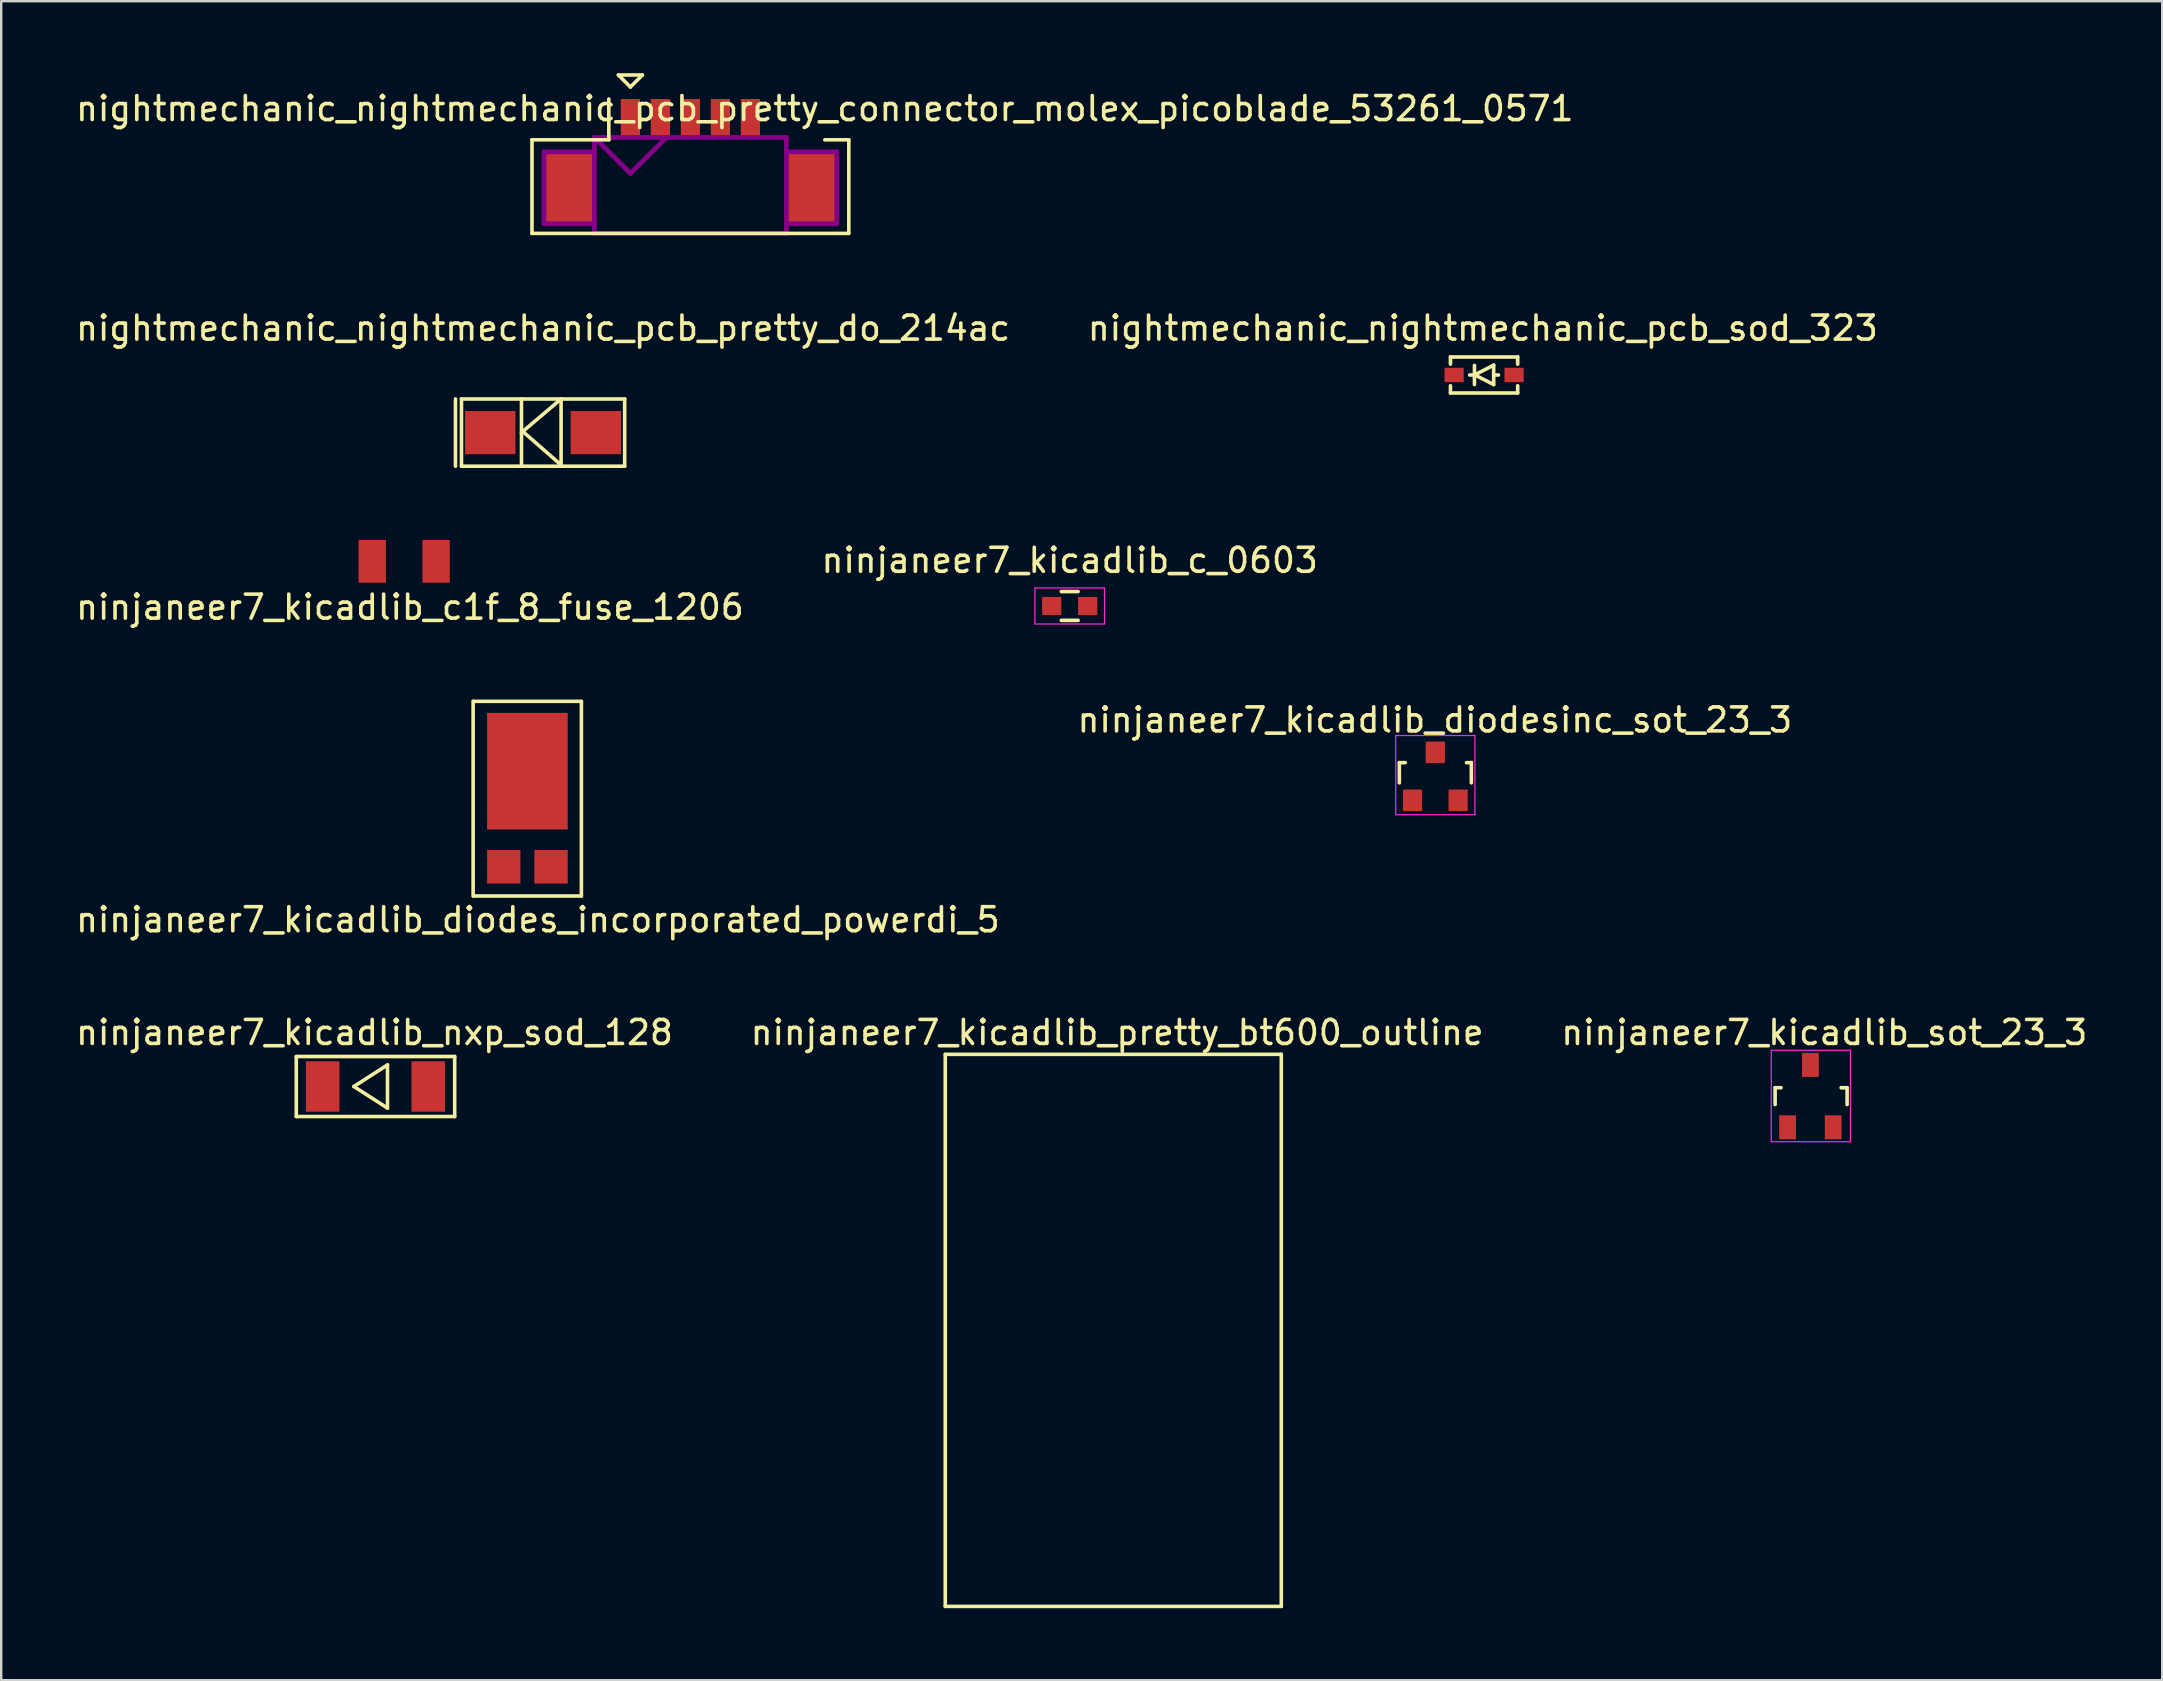
<source format=kicad_pcb>
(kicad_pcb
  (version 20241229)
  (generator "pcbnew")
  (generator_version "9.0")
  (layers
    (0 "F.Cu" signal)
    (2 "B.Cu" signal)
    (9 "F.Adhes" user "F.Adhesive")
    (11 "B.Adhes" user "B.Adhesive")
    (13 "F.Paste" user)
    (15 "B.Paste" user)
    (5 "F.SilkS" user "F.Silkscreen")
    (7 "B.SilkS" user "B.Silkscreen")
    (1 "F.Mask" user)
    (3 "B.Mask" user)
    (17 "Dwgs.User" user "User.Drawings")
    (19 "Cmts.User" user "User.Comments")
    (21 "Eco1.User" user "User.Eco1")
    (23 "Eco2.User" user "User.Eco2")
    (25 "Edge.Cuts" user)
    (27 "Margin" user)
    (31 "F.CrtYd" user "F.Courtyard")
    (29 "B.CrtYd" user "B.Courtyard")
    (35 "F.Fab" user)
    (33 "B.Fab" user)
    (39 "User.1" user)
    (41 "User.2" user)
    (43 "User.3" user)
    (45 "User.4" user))
  (footprint "nightmechanic_nightmechanic_pcb_sod_323"
    (layer "F.Cu")
    (at 58.782 12.573)
    (property "Reference" "nightmechanic_nightmechanic_pcb_sod_323" (at -0.05 -1.95 0) (layer "F.SilkS") (effects (font (size 1 1) (thickness 0.15))))
    (attr smd)
    (fp_line (start -1.4 -0.75) (end 1.4 -0.75) (stroke (width 0.15) (type solid)) (layer "F.SilkS"))
    (fp_line (start -1.4 -0.45) (end -1.4 -0.75) (stroke (width 0.15) (type solid)) (layer "F.SilkS"))
    (fp_line (start -1.4 0.75) (end -1.4 0.45) (stroke (width 0.15) (type solid)) (layer "F.SilkS"))
    (fp_line (start -0.4 -0.4) (end -0.4 0.4) (stroke (width 0.15) (type solid)) (layer "F.SilkS"))
    (fp_line (start -0.4 0) (end -0.6 0) (stroke (width 0.15) (type solid)) (layer "F.SilkS"))
    (fp_line (start -0.4 0) (end 0.4 -0.41) (stroke (width 0.15) (type solid)) (layer "F.SilkS"))
    (fp_line (start 0.4 -0.41) (end 0.4 0.4) (stroke (width 0.15) (type solid)) (layer "F.SilkS"))
    (fp_line (start 0.4 0) (end 0.6 0) (stroke (width 0.15) (type solid)) (layer "F.SilkS"))
    (fp_line (start 0.4 0.4) (end -0.4 -0.01) (stroke (width 0.15) (type solid)) (layer "F.SilkS"))
    (fp_line (start 1.4 -0.75) (end 1.4 -0.45) (stroke (width 0.15) (type solid)) (layer "F.SilkS"))
    (fp_line (start 1.4 0.45) (end 1.4 0.75) (stroke (width 0.15) (type solid)) (layer "F.SilkS"))
    (fp_line (start 1.4 0.75) (end -1.4 0.75) (stroke (width 0.15) (type solid)) (layer "F.SilkS"))
    (pad "1" smd rect (at -1.25 0) (size 0.8 0.6) (layers "F.Cu" "F.Mask" "F.Paste"))
    (pad "2" smd rect (at 1.25 0) (size 0.8 0.6) (layers "F.Cu" "F.Mask" "F.Paste")))
  (footprint "nightmechanic_nightmechanic_pcb_pretty_do_214ac"
    (layer "F.Cu")
    (at 19.577 14.973)
    (property "Reference" "nightmechanic_nightmechanic_pcb_pretty_do_214ac" (at 0 -4.35 0) (layer "F.SilkS") (effects (font (size 1 1) (thickness 0.15))))
    (attr through_hole)
    (fp_line (start -3.65 -1.4) (end -3.65 1.4) (stroke (width 0.15) (type solid)) (layer "F.SilkS"))
    (fp_line (start -3.4 -1.4) (end -3.4 1.4) (stroke (width 0.15) (type solid)) (layer "F.SilkS"))
    (fp_line (start -3.4 1.4) (end 3.4 1.4) (stroke (width 0.15) (type solid)) (layer "F.SilkS"))
    (fp_line (start -0.9 -1.4) (end -0.9 1.4) (stroke (width 0.15) (type solid)) (layer "F.SilkS"))
    (fp_line (start -0.9 0) (end 0.75 -1.4) (stroke (width 0.15) (type solid)) (layer "F.SilkS"))
    (fp_line (start 0.75 -1.4) (end 0.75 1.35) (stroke (width 0.15) (type solid)) (layer "F.SilkS"))
    (fp_line (start 0.75 1.35) (end -0.85 -0.05) (stroke (width 0.15) (type solid)) (layer "F.SilkS"))
    (fp_line (start 3.4 -1.4) (end -3.4 -1.4) (stroke (width 0.15) (type solid)) (layer "F.SilkS"))
    (fp_line (start 3.4 1.4) (end 3.4 -1.4) (stroke (width 0.15) (type solid)) (layer "F.SilkS"))
    (pad "1" smd rect (at 2.2 0) (size 2.1 1.8) (layers "F.Cu" "F.Mask" "F.Paste"))
    (pad "2" smd rect (at -2.2 0) (size 2.1 1.8) (layers "F.Cu" "F.Mask" "F.Paste")))
  (footprint "ninjaneer7_kicadlib_nxp_sod_128"
    (layer "F.Cu")
    (at 12.594 42.218)
    (property "Reference" "ninjaneer7_kicadlib_nxp_sod_128" (at -0.04 -2.25 0) (layer "F.SilkS") (effects (font (size 1 1) (thickness 0.15))))
    (attr through_hole)
    (fp_line (start -3.3 -1.25) (end 3.3 -1.25) (stroke (width 0.15) (type solid)) (layer "F.SilkS"))
    (fp_line (start -3.3 1.25) (end -3.3 -1.25) (stroke (width 0.15) (type solid)) (layer "F.SilkS"))
    (fp_line (start -0.9 0) (end 0.5 0.9) (stroke (width 0.15) (type solid)) (layer "F.SilkS"))
    (fp_line (start 0.5 -0.9) (end -0.9 0) (stroke (width 0.15) (type solid)) (layer "F.SilkS"))
    (fp_line (start 0.5 0.9) (end 0.5 -0.9) (stroke (width 0.15) (type solid)) (layer "F.SilkS"))
    (fp_line (start 3.3 -1.25) (end 3.3 1.25) (stroke (width 0.15) (type solid)) (layer "F.SilkS"))
    (fp_line (start 3.3 1.25) (end -3.3 1.25) (stroke (width 0.15) (type solid)) (layer "F.SilkS"))
    (pad "1" smd rect (at -2.2 0) (size 1.4 2.1) (layers "F.Cu" "F.Mask" "F.Paste"))
    (pad "2" smd rect (at 2.2 0) (size 1.4 2.1) (layers "F.Cu" "F.Mask" "F.Paste")))
  (footprint "ninjaneer7_kicadlib_diodes_incorporated_powerdi_5"
    (layer "F.Cu")
    (at 18.923 29.081)
    (property "Reference" "ninjaneer7_kicadlib_diodes_incorporated_powerdi_5" (at 0.44 6.19 0) (layer "F.SilkS") (effects (font (size 1 1) (thickness 0.15))))
    (attr through_hole)
    (fp_line (start -2.26 -2.91) (end -2.26 5.2) (stroke (width 0.15) (type solid)) (layer "F.SilkS"))
    (fp_line (start -2.25 -2.91) (end 2.25 -2.91) (stroke (width 0.15) (type solid)) (layer "F.SilkS"))
    (fp_line (start -2.25 5.2) (end 2.25 5.2) (stroke (width 0.15) (type solid)) (layer "F.SilkS"))
    (fp_line (start 2.25 -2.91) (end 2.25 5.2) (stroke (width 0.15) (type solid)) (layer "F.SilkS"))
    (pad "1" smd rect (at -0.985 3.982) (size 1.39 1.4) (layers "F.Cu" "F.Mask" "F.Paste"))
    (pad "2" smd rect (at 0 0) (size 3.36 4.86) (layers "F.Cu" "F.Mask" "F.Paste"))
    (pad "3" smd rect (at 0.985 3.982) (size 1.39 1.4) (layers "F.Cu" "F.Mask" "F.Paste")))
  (footprint "ninjaneer7_kicadlib_c_0603"
    (layer "F.Cu")
    (at 41.518 22.197)
    (property "Reference" "ninjaneer7_kicadlib_c_0603" (at 0 -1.9 0) (layer "F.SilkS") (effects (font (size 1 1) (thickness 0.15))))
    (attr smd)
    (fp_line (start -0.35 -0.6) (end 0.35 -0.6) (stroke (width 0.15) (type solid)) (layer "F.SilkS"))
    (fp_line (start 0.35 0.6) (end -0.35 0.6) (stroke (width 0.15) (type solid)) (layer "F.SilkS"))
    (fp_line (start -1.45 -0.75) (end -1.45 0.75) (stroke (width 0.05) (type solid)) (layer "F.CrtYd"))
    (fp_line (start -1.45 -0.75) (end 1.45 -0.75) (stroke (width 0.05) (type solid)) (layer "F.CrtYd"))
    (fp_line (start -1.45 0.75) (end 1.45 0.75) (stroke (width 0.05) (type solid)) (layer "F.CrtYd"))
    (fp_line (start 1.45 -0.75) (end 1.45 0.75) (stroke (width 0.05) (type solid)) (layer "F.CrtYd"))
    (pad "1" smd rect (at -0.75 0) (size 0.8 0.75) (layers "F.Cu" "F.Mask" "F.Paste"))
    (pad "2" smd rect (at 0.75 0) (size 0.8 0.75) (layers "F.Cu" "F.Mask" "F.Paste")))
  (footprint "ninjaneer7_kicadlib_sot_23_3"
    (layer "F.Cu")
    (at 72.378 42.618)
    (property "Reference" "ninjaneer7_kicadlib_sot_23_3" (at 0.58 -2.65 0) (layer "F.SilkS") (effects (font (size 1 1) (thickness 0.15))))
    (attr smd)
    (fp_line (start -1.47 -0.35) (end -1.221 -0.35) (stroke (width 0.15) (type solid)) (layer "F.SilkS"))
    (fp_line (start -1.47 0.351) (end -1.47 -0.35) (stroke (width 0.15) (type solid)) (layer "F.SilkS"))
    (fp_line (start 1.329 -0.35) (end 1.281 -0.35) (stroke (width 0.15) (type solid)) (layer "F.SilkS"))
    (fp_line (start 1.329 -0.35) (end 1.53 -0.35) (stroke (width 0.15) (type solid)) (layer "F.SilkS"))
    (fp_line (start 1.53 -0.35) (end 1.53 0.351) (stroke (width 0.15) (type solid)) (layer "F.SilkS"))
    (fp_line (start -1.63 -1.91) (end 1.67 -1.91) (stroke (width 0.05) (type solid)) (layer "F.CrtYd"))
    (fp_line (start -1.63 1.9) (end -1.63 -1.91) (stroke (width 0.05) (type solid)) (layer "F.CrtYd"))
    (fp_line (start 1.67 -1.91) (end 1.67 1.9) (stroke (width 0.05) (type solid)) (layer "F.CrtYd"))
    (fp_line (start 1.67 1.9) (end -1.63 1.9) (stroke (width 0.05) (type solid)) (layer "F.CrtYd"))
    (pad "1" smd rect (at -0.95 1.3) (size 0.7 1) (layers "F.Cu" "F.Mask" "F.Paste"))
    (pad "2" smd rect (at 0.95 1.3) (size 0.7 1) (layers "F.Cu" "F.Mask" "F.Paste"))
    (pad "3" smd rect (at 0 -1.3) (size 0.7 1) (layers "F.Cu" "F.Mask" "F.Paste")))
  (footprint "ninjaneer7_kicadlib_c1f_8_fuse_1206"
    (layer "F.Cu")
    (at 12.46 20.338)
    (property "Reference" "ninjaneer7_kicadlib_c1f_8_fuse_1206" (at 1.57 1.91 0) (layer "F.SilkS") (effects (font (size 1 1) (thickness 0.15))))
    (attr through_hole)
    (pad "1" smd rect (at 0 0) (size 1.14 1.78) (layers "F.Cu" "F.Mask" "F.Paste"))
    (pad "2" smd rect (at 2.66 0) (size 1.14 1.78) (layers "F.Cu" "F.Mask" "F.Paste")))
  (footprint "ninjaneer7_kicadlib_pretty_bt600_outline"
    (layer "F.Cu")
    (at 43.334 52.378)
    (property "Reference" "ninjaneer7_kicadlib_pretty_bt600_outline" (at 0.16 -12.41 0) (layer "F.SilkS") (effects (font (size 1 1) (thickness 0.15))))
    (attr through_hole)
    (fp_line (start -7 -11.5) (end 7 -11.5) (stroke (width 0.15) (type solid)) (layer "F.SilkS"))
    (fp_line (start -7 11.5) (end -7 -11.5) (stroke (width 0.15) (type solid)) (layer "F.SilkS"))
    (fp_line (start 7 -11.5) (end 7 11.5) (stroke (width 0.15) (type solid)) (layer "F.SilkS"))
    (fp_line (start 7 11.5) (end -7 11.5) (stroke (width 0.15) (type solid)) (layer "F.SilkS")))
  (footprint "ninjaneer7_kicadlib_diodesinc_sot_23_3"
    (layer "F.Cu")
    (at 56.752 29.295)
    (property "Reference" "ninjaneer7_kicadlib_diodesinc_sot_23_3" (at -0.02 -2.35 0) (layer "F.SilkS") (effects (font (size 1 1) (thickness 0.15))))
    (attr smd)
    (fp_line (start -1.5 -0.57) (end -1.251 -0.57) (stroke (width 0.15) (type solid)) (layer "F.SilkS"))
    (fp_line (start -1.5 0.271) (end -1.5 -0.57) (stroke (width 0.15) (type solid)) (layer "F.SilkS"))
    (fp_line (start 1.299 -0.57) (end 1.5 -0.57) (stroke (width 0.15) (type solid)) (layer "F.SilkS"))
    (fp_line (start 1.5 -0.57) (end 1.5 0.271) (stroke (width 0.15) (type solid)) (layer "F.SilkS"))
    (fp_line (start -1.65 -1.7) (end 1.65 -1.7) (stroke (width 0.05) (type solid)) (layer "F.CrtYd"))
    (fp_line (start -1.65 1.6) (end -1.65 -1.7) (stroke (width 0.05) (type solid)) (layer "F.CrtYd"))
    (fp_line (start 1.65 -1.7) (end 1.65 1.6) (stroke (width 0.05) (type solid)) (layer "F.CrtYd"))
    (fp_line (start 1.65 1.6) (end -1.65 1.6) (stroke (width 0.05) (type solid)) (layer "F.CrtYd"))
    (pad "D" smd rect (at 0 -1) (size 0.8 0.9) (layers "F.Cu" "F.Mask" "F.Paste"))
    (pad "G" smd rect (at -0.95 1) (size 0.8 0.9) (layers "F.Cu" "F.Mask" "F.Paste"))
    (pad "S" smd rect (at 0.95 1) (size 0.8 0.9) (layers "F.Cu" "F.Mask" "F.Paste")))
  (footprint "nightmechanic_nightmechanic_pcb_pretty_connector_molex_picoblade_53261_0571"
    (layer "F.Cu")
    (at 25.715 4.775)
    (property "Reference" "nightmechanic_nightmechanic_pcb_pretty_connector_molex_picoblade_53261_0571" (at 5.6 -3.3 0) (layer "F.SilkS") (effects (font (size 1 1) (thickness 0.15))))
    (attr through_hole)
    (fp_line (start -6.6 -2) (end -6.6 1.9) (stroke (width 0.15) (type solid)) (layer "F.SilkS"))
    (fp_line (start -6.6 1.9) (end 6.6 1.9) (stroke (width 0.15) (type solid)) (layer "F.SilkS"))
    (fp_line (start -3.4 -3.7) (end -3.4 -2) (stroke (width 0.15) (type solid)) (layer "F.SilkS"))
    (fp_line (start -3.4 -2) (end -6.6 -2) (stroke (width 0.15) (type solid)) (layer "F.SilkS"))
    (fp_line (start -3 -4.7) (end -2 -4.7) (stroke (width 0.15) (type solid)) (layer "F.SilkS"))
    (fp_line (start -2.5 -4.2) (end -3 -4.7) (stroke (width 0.15) (type solid)) (layer "F.SilkS"))
    (fp_line (start -2 -4.7) (end -2.5 -4.2) (stroke (width 0.15) (type solid)) (layer "F.SilkS"))
    (fp_line (start 6.6 -2) (end 5.6 -2) (stroke (width 0.15) (type solid)) (layer "F.SilkS"))
    (fp_line (start 6.6 1.9) (end 6.6 -2) (stroke (width 0.15) (type solid)) (layer "F.SilkS"))
    (fp_line (start -6.1 -1.5) (end -6.1 1.5) (stroke (width 0.2) (type solid)) (layer "F.Adhes"))
    (fp_line (start -6.1 1.5) (end -4 1.5) (stroke (width 0.2) (type solid)) (layer "F.Adhes"))
    (fp_line (start -4 -2.1) (end -4 1.9) (stroke (width 0.2) (type solid)) (layer "F.Adhes"))
    (fp_line (start -4 -2.1) (end -2.5 -0.6) (stroke (width 0.2) (type solid)) (layer "F.Adhes"))
    (fp_line (start -4 -1.5) (end -6.1 -1.5) (stroke (width 0.2) (type solid)) (layer "F.Adhes"))
    (fp_line (start -4 1.9) (end 4 1.9) (stroke (width 0.2) (type solid)) (layer "F.Adhes"))
    (fp_line (start -2.5 -0.6) (end -1 -2.1) (stroke (width 0.2) (type solid)) (layer "F.Adhes"))
    (fp_line (start 4 -2.1) (end -4 -2.1) (stroke (width 0.2) (type solid)) (layer "F.Adhes"))
    (fp_line (start 4 -1.5) (end 6.1 -1.5) (stroke (width 0.2) (type solid)) (layer "F.Adhes"))
    (fp_line (start 4 1.9) (end 4 -2.1) (stroke (width 0.2) (type solid)) (layer "F.Adhes"))
    (fp_line (start 6.1 -1.5) (end 6.1 1.5) (stroke (width 0.2) (type solid)) (layer "F.Adhes"))
    (fp_line (start 6.1 1.5) (end 4 1.5) (stroke (width 0.2) (type solid)) (layer "F.Adhes"))
    (pad "1" smd rect (at -2.5 -2.9) (size 0.8 1.6) (layers "F.Cu" "F.Mask" "F.Paste"))
    (pad "2" smd rect (at -1.25 -2.9) (size 0.8 1.6) (layers "F.Cu" "F.Mask" "F.Paste"))
    (pad "3" smd rect (at 0 -2.9) (size 0.8 1.6) (layers "F.Cu" "F.Mask" "F.Paste"))
    (pad "4" smd rect (at 1.25 -2.9) (size 0.8 1.6) (layers "F.Cu" "F.Mask" "F.Paste"))
    (pad "5" smd rect (at 2.5 -2.9) (size 0.8 1.6) (layers "F.Cu" "F.Mask" "F.Paste"))
    (pad "6" smd rect (at -5.05 0) (size 2.1 3) (layers "F.Cu" "F.Mask" "F.Paste"))
    (pad "7" smd rect (at 5.05 0) (size 2.1 3) (layers "F.Cu" "F.Mask" "F.Paste")))
  (gr_rect
    (start -3 -3)
    (end 87.036 66.953)
    (stroke (width 0.1) (type default))
    (fill no)
    (layer "Edge.Cuts")))
</source>
